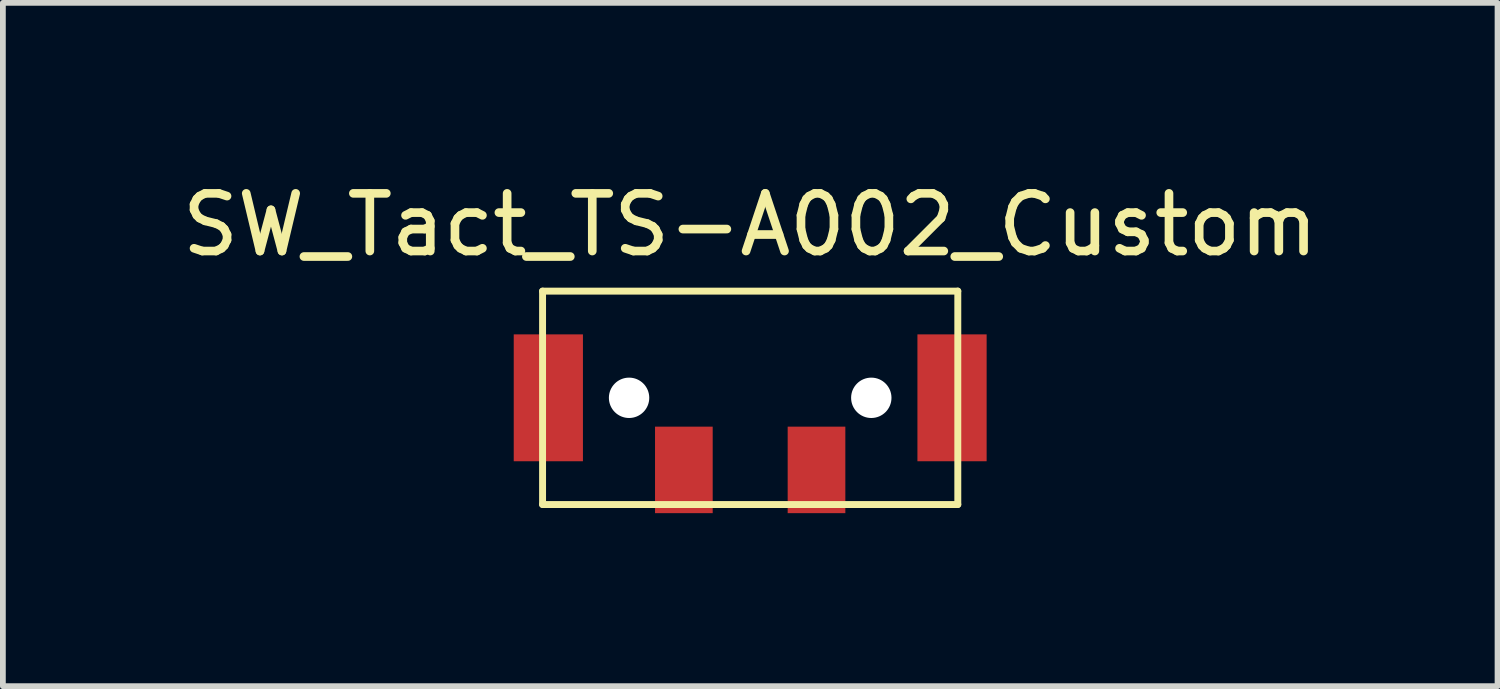
<source format=kicad_pcb>
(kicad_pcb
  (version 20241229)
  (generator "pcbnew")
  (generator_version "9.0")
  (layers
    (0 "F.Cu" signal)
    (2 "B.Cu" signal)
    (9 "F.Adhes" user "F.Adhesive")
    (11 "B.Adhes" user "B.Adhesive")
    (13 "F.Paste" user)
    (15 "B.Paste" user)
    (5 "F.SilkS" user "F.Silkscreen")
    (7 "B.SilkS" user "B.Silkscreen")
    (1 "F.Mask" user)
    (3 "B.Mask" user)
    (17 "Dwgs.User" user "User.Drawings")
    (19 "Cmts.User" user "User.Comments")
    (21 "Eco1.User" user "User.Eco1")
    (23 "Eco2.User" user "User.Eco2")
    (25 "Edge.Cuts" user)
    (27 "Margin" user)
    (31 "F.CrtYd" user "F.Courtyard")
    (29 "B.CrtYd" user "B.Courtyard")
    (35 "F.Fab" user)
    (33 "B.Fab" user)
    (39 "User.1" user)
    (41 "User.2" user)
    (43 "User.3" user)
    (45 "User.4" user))
  (footprint "SW_Tact_TS-A002_Custom"
    (layer "F.Cu")
    (at 9.958 3.848)
    (property "Reference" "SW_Tact_TS-A002_Custom" (at 0 -3 0) (layer "F.SilkS") (effects (font (size 1 1) (thickness 0.15))))
    (attr smd)
    (fp_line (start -3.6 -1.85) (end 3.6 -1.85) (stroke (width 0.12) (type solid)) (layer "F.SilkS"))
    (fp_line (start -3.6 1.85) (end -3.6 -1.85) (stroke (width 0.12) (type solid)) (layer "F.SilkS"))
    (fp_line (start -3.6 1.85) (end 3.6 1.85) (stroke (width 0.12) (type solid)) (layer "F.SilkS"))
    (fp_line (start 3.6 1.85) (end 3.6 -1.85) (stroke (width 0.12) (type solid)) (layer "F.SilkS"))
    (pad "" np_thru_hole circle (at -2.1 0) (size 0.7 0.7) (drill 0.7) (layers "*.Cu" "*.Mask"))
    (pad "" np_thru_hole circle (at 2.1 0) (size 0.7 0.7) (drill 0.7) (layers "*.Cu" "*.Mask"))
    (pad "1" smd rect (at -1.15 1.25) (size 1 1.5) (layers "F.Cu" "F.Mask" "F.Paste"))
    (pad "2" smd rect (at 1.15 1.25) (size 1 1.5) (layers "F.Cu" "F.Mask" "F.Paste"))
    (pad "SH" smd rect (at -3.5 0) (size 1.2 2.2) (layers "F.Cu" "F.Mask" "F.Paste"))
    (pad "SH" smd rect (at 3.5 0) (size 1.2 2.2) (layers "F.Cu" "F.Mask" "F.Paste")))
  (gr_rect
    (start -3 -3)
    (end 22.917 8.848)
    (stroke (width 0.1) (type default))
    (fill no)
    (layer "Edge.Cuts")))
</source>
